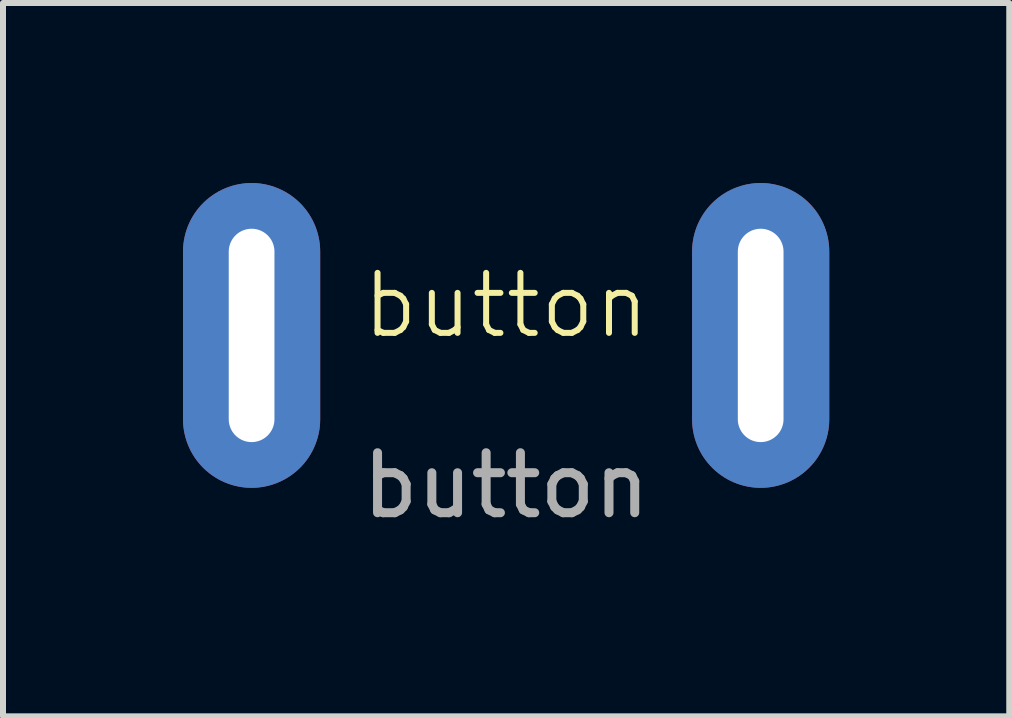
<source format=kicad_pcb>
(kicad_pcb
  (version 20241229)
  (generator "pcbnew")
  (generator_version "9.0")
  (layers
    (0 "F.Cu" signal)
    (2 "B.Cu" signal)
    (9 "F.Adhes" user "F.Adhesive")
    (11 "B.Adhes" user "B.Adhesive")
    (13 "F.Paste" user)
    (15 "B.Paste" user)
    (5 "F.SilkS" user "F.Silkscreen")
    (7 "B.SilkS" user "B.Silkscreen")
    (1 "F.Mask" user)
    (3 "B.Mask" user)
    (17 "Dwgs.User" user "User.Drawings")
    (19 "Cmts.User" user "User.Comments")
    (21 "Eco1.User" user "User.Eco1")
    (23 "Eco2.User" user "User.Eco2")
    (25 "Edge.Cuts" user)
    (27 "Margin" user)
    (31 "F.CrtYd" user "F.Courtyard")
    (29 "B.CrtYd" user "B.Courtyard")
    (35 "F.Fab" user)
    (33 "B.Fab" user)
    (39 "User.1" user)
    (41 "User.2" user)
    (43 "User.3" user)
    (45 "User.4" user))
  (footprint "button"
    (layer "F.Cu")
    (at 5.385 2.54)
    (property "Reference" "button" (at 0 -0.5 0) (unlocked yes) (layer "F.SilkS") (effects (font (size 1 1) (thickness 0.1))))
    (attr through_hole)
    (fp_text user "${REFERENCE}" (at 0 2.5 0) (unlocked yes) (layer "F.Fab") (effects (font (size 1 1) (thickness 0.15))))
    (pad "1" thru_hole oval (at -4.242 0) (size 2.286 5.08) (drill oval 0.762 3.556) (layers "*.Cu" "*.Mask"))
    (pad "2" thru_hole oval (at 4.242 0) (size 2.286 5.08) (drill oval 0.762 3.556) (layers "*.Cu" "*.Mask")))
  (gr_rect
    (start -3 -3)
    (end 13.77 8.888)
    (stroke (width 0.1) (type default))
    (fill no)
    (layer "Edge.Cuts")))
</source>
